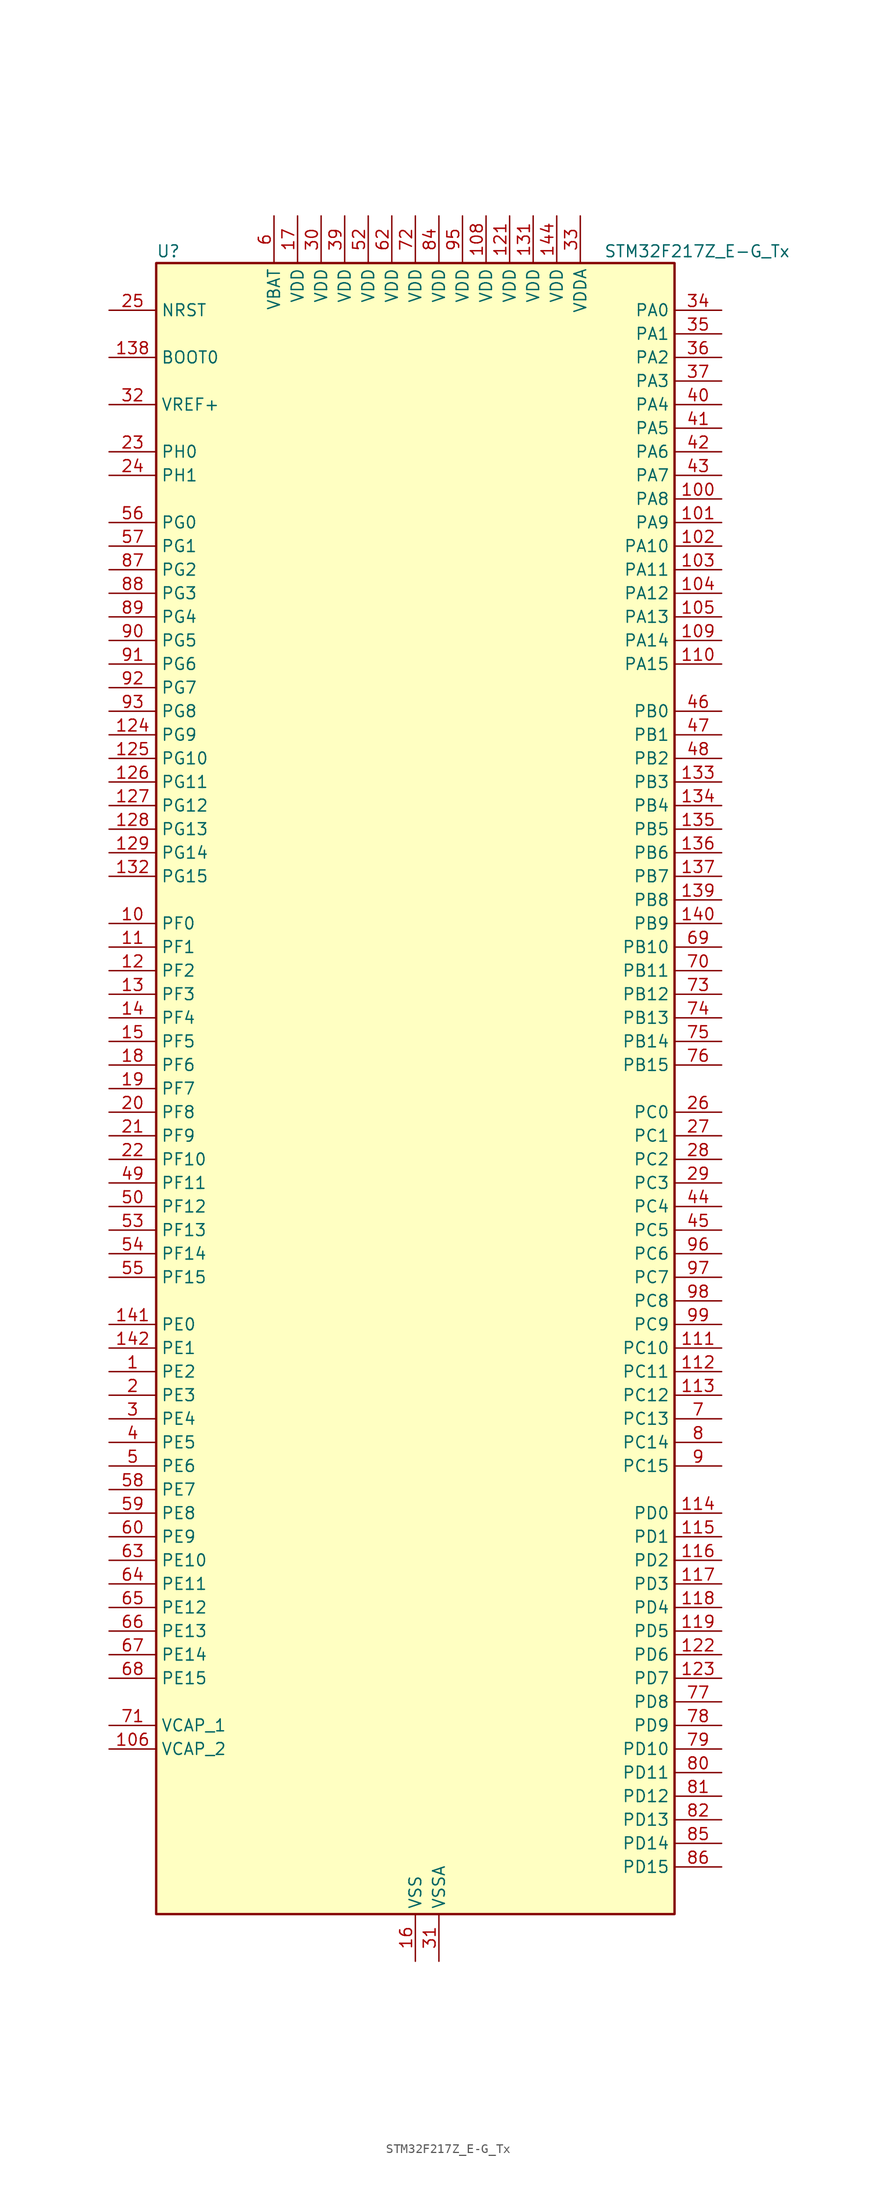
<source format=kicad_sym>
(kicad_symbol_lib
  (version 20241209)
  (generator "kicad_symbol_editor")
  (generator_version "9.0")
  (symbol "STM32F217Z_E-G_Tx"
    (property "Reference" "U"
      (at -27.94 90.17 0)
      (effects (font (size 1.27 1.27)) (justify left)))
    (property "Value" "STM32F217Z_E-G_Tx"
      (at 20.32 90.17 0)
      (effects (font (size 1.27 1.27)) (justify left)))
    (symbol "STM32F217Z_E-G_Tx_0_1"
      (rectangle (start -27.94 -88.9) (end 27.94 88.9) (stroke (width 0.254) (type default)) (fill (type background))))
    (symbol "STM32F217Z_E-G_Tx_1_1"
      (pin input line (at -33.02 83.82 0) (length 5.08) (name "NRST" (effects (font (size 1.27 1.27)))) (number "25" (effects (font (size 1.27 1.27)))))
      (pin input line (at -33.02 78.74 0) (length 5.08) (name "BOOT0" (effects (font (size 1.27 1.27)))) (number "138" (effects (font (size 1.27 1.27)))))
      (pin input line (at -33.02 73.66 0) (length 5.08) (name "VREF+" (effects (font (size 1.27 1.27)))) (number "32" (effects (font (size 1.27 1.27)))))
      (pin bidirectional line (at -33.02 68.58 0) (length 5.08) (name "PH0" (effects (font (size 1.27 1.27)))) (number "23" (effects (font (size 1.27 1.27)))) (alternate "RCC_OSC_IN" bidirectional line))
      (pin bidirectional line (at -33.02 66.04 0) (length 5.08) (name "PH1" (effects (font (size 1.27 1.27)))) (number "24" (effects (font (size 1.27 1.27)))) (alternate "RCC_OSC_OUT" bidirectional line))
      (pin bidirectional line (at -33.02 60.96 0) (length 5.08) (name "PG0" (effects (font (size 1.27 1.27)))) (number "56" (effects (font (size 1.27 1.27)))) (alternate "FSMC_A10" bidirectional line))
      (pin bidirectional line (at -33.02 58.42 0) (length 5.08) (name "PG1" (effects (font (size 1.27 1.27)))) (number "57" (effects (font (size 1.27 1.27)))) (alternate "FSMC_A11" bidirectional line))
      (pin bidirectional line (at -33.02 55.88 0) (length 5.08) (name "PG2" (effects (font (size 1.27 1.27)))) (number "87" (effects (font (size 1.27 1.27)))) (alternate "FSMC_A12" bidirectional line))
      (pin bidirectional line (at -33.02 53.34 0) (length 5.08) (name "PG3" (effects (font (size 1.27 1.27)))) (number "88" (effects (font (size 1.27 1.27)))) (alternate "FSMC_A13" bidirectional line))
      (pin bidirectional line (at -33.02 50.8 0) (length 5.08) (name "PG4" (effects (font (size 1.27 1.27)))) (number "89" (effects (font (size 1.27 1.27)))) (alternate "FSMC_A14" bidirectional line))
      (pin bidirectional line (at -33.02 48.26 0) (length 5.08) (name "PG5" (effects (font (size 1.27 1.27)))) (number "90" (effects (font (size 1.27 1.27)))) (alternate "FSMC_A15" bidirectional line))
      (pin bidirectional line (at -33.02 45.72 0) (length 5.08) (name "PG6" (effects (font (size 1.27 1.27)))) (number "91" (effects (font (size 1.27 1.27)))) (alternate "FSMC_INT2" bidirectional line))
      (pin bidirectional line (at -33.02 43.18 0) (length 5.08) (name "PG7" (effects (font (size 1.27 1.27)))) (number "92" (effects (font (size 1.27 1.27)))) (alternate "FSMC_INT3" bidirectional line) (alternate "USART6_CK" bidirectional line))
      (pin bidirectional line (at -33.02 40.64 0) (length 5.08) (name "PG8" (effects (font (size 1.27 1.27)))) (number "93" (effects (font (size 1.27 1.27)))) (alternate "ETH_PPS_OUT" bidirectional line) (alternate "USART6_RTS" bidirectional line))
      (pin bidirectional line (at -33.02 38.1 0) (length 5.08) (name "PG9" (effects (font (size 1.27 1.27)))) (number "124" (effects (font (size 1.27 1.27)))) (alternate "DAC_EXTI9" bidirectional line) (alternate "FSMC_NCE3" bidirectional line) (alternate "FSMC_NE2" bidirectional line) (alternate "USART6_RX" bidirectional line))
      (pin bidirectional line (at -33.02 35.56 0) (length 5.08) (name "PG10" (effects (font (size 1.27 1.27)))) (number "125" (effects (font (size 1.27 1.27)))) (alternate "FSMC_NCE4_1" bidirectional line) (alternate "FSMC_NE3" bidirectional line))
      (pin bidirectional line (at -33.02 33.02 0) (length 5.08) (name "PG11" (effects (font (size 1.27 1.27)))) (number "126" (effects (font (size 1.27 1.27)))) (alternate "ADC1_EXTI11" bidirectional line) (alternate "ADC2_EXTI11" bidirectional line) (alternate "ADC3_EXTI11" bidirectional line) (alternate "ETH_TX_EN" bidirectional line) (alternate "FSMC_NCE4_2" bidirectional line))
      (pin bidirectional line (at -33.02 30.48 0) (length 5.08) (name "PG12" (effects (font (size 1.27 1.27)))) (number "127" (effects (font (size 1.27 1.27)))) (alternate "FSMC_NE4" bidirectional line) (alternate "USART6_RTS" bidirectional line))
      (pin bidirectional line (at -33.02 27.94 0) (length 5.08) (name "PG13" (effects (font (size 1.27 1.27)))) (number "128" (effects (font (size 1.27 1.27)))) (alternate "ETH_TXD0" bidirectional line) (alternate "FSMC_A24" bidirectional line) (alternate "USART6_CTS" bidirectional line))
      (pin bidirectional line (at -33.02 25.4 0) (length 5.08) (name "PG14" (effects (font (size 1.27 1.27)))) (number "129" (effects (font (size 1.27 1.27)))) (alternate "ETH_TXD1" bidirectional line) (alternate "FSMC_A25" bidirectional line) (alternate "USART6_TX" bidirectional line))
      (pin bidirectional line (at -33.02 22.86 0) (length 5.08) (name "PG15" (effects (font (size 1.27 1.27)))) (number "132" (effects (font (size 1.27 1.27)))) (alternate "ADC1_EXTI15" bidirectional line) (alternate "ADC2_EXTI15" bidirectional line) (alternate "ADC3_EXTI15" bidirectional line) (alternate "DCMI_D13" bidirectional line) (alternate "USART6_CTS" bidirectional line))
      (pin bidirectional line (at -33.02 17.78 0) (length 5.08) (name "PF0" (effects (font (size 1.27 1.27)))) (number "10" (effects (font (size 1.27 1.27)))) (alternate "FSMC_A0" bidirectional line) (alternate "I2C2_SDA" bidirectional line))
      (pin bidirectional line (at -33.02 15.24 0) (length 5.08) (name "PF1" (effects (font (size 1.27 1.27)))) (number "11" (effects (font (size 1.27 1.27)))) (alternate "FSMC_A1" bidirectional line) (alternate "I2C2_SCL" bidirectional line))
      (pin bidirectional line (at -33.02 12.7 0) (length 5.08) (name "PF2" (effects (font (size 1.27 1.27)))) (number "12" (effects (font (size 1.27 1.27)))) (alternate "FSMC_A2" bidirectional line) (alternate "I2C2_SMBA" bidirectional line))
      (pin bidirectional line (at -33.02 10.16 0) (length 5.08) (name "PF3" (effects (font (size 1.27 1.27)))) (number "13" (effects (font (size 1.27 1.27)))) (alternate "ADC3_IN9" bidirectional line) (alternate "FSMC_A3" bidirectional line))
      (pin bidirectional line (at -33.02 7.62 0) (length 5.08) (name "PF4" (effects (font (size 1.27 1.27)))) (number "14" (effects (font (size 1.27 1.27)))) (alternate "ADC3_IN14" bidirectional line) (alternate "FSMC_A4" bidirectional line))
      (pin bidirectional line (at -33.02 5.08 0) (length 5.08) (name "PF5" (effects (font (size 1.27 1.27)))) (number "15" (effects (font (size 1.27 1.27)))) (alternate "ADC3_IN15" bidirectional line) (alternate "FSMC_A5" bidirectional line))
      (pin bidirectional line (at -33.02 2.54 0) (length 5.08) (name "PF6" (effects (font (size 1.27 1.27)))) (number "18" (effects (font (size 1.27 1.27)))) (alternate "ADC3_IN4" bidirectional line) (alternate "FSMC_NIORD" bidirectional line) (alternate "TIM10_CH1" bidirectional line))
      (pin bidirectional line (at -33.02 0 0) (length 5.08) (name "PF7" (effects (font (size 1.27 1.27)))) (number "19" (effects (font (size 1.27 1.27)))) (alternate "ADC3_IN5" bidirectional line) (alternate "FSMC_NREG" bidirectional line) (alternate "TIM11_CH1" bidirectional line))
      (pin bidirectional line (at -33.02 -2.54 0) (length 5.08) (name "PF8" (effects (font (size 1.27 1.27)))) (number "20" (effects (font (size 1.27 1.27)))) (alternate "ADC3_IN6" bidirectional line) (alternate "FSMC_NIOWR" bidirectional line) (alternate "TIM13_CH1" bidirectional line))
      (pin bidirectional line (at -33.02 -5.08 0) (length 5.08) (name "PF9" (effects (font (size 1.27 1.27)))) (number "21" (effects (font (size 1.27 1.27)))) (alternate "ADC3_IN7" bidirectional line) (alternate "DAC_EXTI9" bidirectional line) (alternate "FSMC_CD" bidirectional line) (alternate "TIM14_CH1" bidirectional line))
      (pin bidirectional line (at -33.02 -7.62 0) (length 5.08) (name "PF10" (effects (font (size 1.27 1.27)))) (number "22" (effects (font (size 1.27 1.27)))) (alternate "ADC3_IN8" bidirectional line) (alternate "FSMC_INTR" bidirectional line))
      (pin bidirectional line (at -33.02 -10.16 0) (length 5.08) (name "PF11" (effects (font (size 1.27 1.27)))) (number "49" (effects (font (size 1.27 1.27)))) (alternate "ADC1_EXTI11" bidirectional line) (alternate "ADC2_EXTI11" bidirectional line) (alternate "ADC3_EXTI11" bidirectional line) (alternate "DCMI_D12" bidirectional line))
      (pin bidirectional line (at -33.02 -12.7 0) (length 5.08) (name "PF12" (effects (font (size 1.27 1.27)))) (number "50" (effects (font (size 1.27 1.27)))) (alternate "FSMC_A6" bidirectional line))
      (pin bidirectional line (at -33.02 -15.24 0) (length 5.08) (name "PF13" (effects (font (size 1.27 1.27)))) (number "53" (effects (font (size 1.27 1.27)))) (alternate "FSMC_A7" bidirectional line))
      (pin bidirectional line (at -33.02 -17.78 0) (length 5.08) (name "PF14" (effects (font (size 1.27 1.27)))) (number "54" (effects (font (size 1.27 1.27)))) (alternate "FSMC_A8" bidirectional line))
      (pin bidirectional line (at -33.02 -20.32 0) (length 5.08) (name "PF15" (effects (font (size 1.27 1.27)))) (number "55" (effects (font (size 1.27 1.27)))) (alternate "ADC1_EXTI15" bidirectional line) (alternate "ADC2_EXTI15" bidirectional line) (alternate "ADC3_EXTI15" bidirectional line) (alternate "FSMC_A9" bidirectional line))
      (pin bidirectional line (at -33.02 -25.4 0) (length 5.08) (name "PE0" (effects (font (size 1.27 1.27)))) (number "141" (effects (font (size 1.27 1.27)))) (alternate "DCMI_D2" bidirectional line) (alternate "FSMC_NBL0" bidirectional line) (alternate "TIM4_ETR" bidirectional line))
      (pin bidirectional line (at -33.02 -27.94 0) (length 5.08) (name "PE1" (effects (font (size 1.27 1.27)))) (number "142" (effects (font (size 1.27 1.27)))) (alternate "DCMI_D3" bidirectional line) (alternate "FSMC_NBL1" bidirectional line))
      (pin bidirectional line (at -33.02 -30.48 0) (length 5.08) (name "PE2" (effects (font (size 1.27 1.27)))) (number "1" (effects (font (size 1.27 1.27)))) (alternate "ETH_TXD3" bidirectional line) (alternate "FSMC_A23" bidirectional line) (alternate "SYS_TRACECLK" bidirectional line))
      (pin bidirectional line (at -33.02 -33.02 0) (length 5.08) (name "PE3" (effects (font (size 1.27 1.27)))) (number "2" (effects (font (size 1.27 1.27)))) (alternate "FSMC_A19" bidirectional line) (alternate "SYS_TRACED0" bidirectional line))
      (pin bidirectional line (at -33.02 -35.56 0) (length 5.08) (name "PE4" (effects (font (size 1.27 1.27)))) (number "3" (effects (font (size 1.27 1.27)))) (alternate "DCMI_D4" bidirectional line) (alternate "FSMC_A20" bidirectional line) (alternate "SYS_TRACED1" bidirectional line))
      (pin bidirectional line (at -33.02 -38.1 0) (length 5.08) (name "PE5" (effects (font (size 1.27 1.27)))) (number "4" (effects (font (size 1.27 1.27)))) (alternate "DCMI_D6" bidirectional line) (alternate "FSMC_A21" bidirectional line) (alternate "SYS_TRACED2" bidirectional line) (alternate "TIM9_CH1" bidirectional line))
      (pin bidirectional line (at -33.02 -40.64 0) (length 5.08) (name "PE6" (effects (font (size 1.27 1.27)))) (number "5" (effects (font (size 1.27 1.27)))) (alternate "DCMI_D7" bidirectional line) (alternate "FSMC_A22" bidirectional line) (alternate "SYS_TRACED3" bidirectional line) (alternate "TIM9_CH2" bidirectional line))
      (pin bidirectional line (at -33.02 -43.18 0) (length 5.08) (name "PE7" (effects (font (size 1.27 1.27)))) (number "58" (effects (font (size 1.27 1.27)))) (alternate "FSMC_D4" bidirectional line) (alternate "FSMC_DA4" bidirectional line) (alternate "TIM1_ETR" bidirectional line))
      (pin bidirectional line (at -33.02 -45.72 0) (length 5.08) (name "PE8" (effects (font (size 1.27 1.27)))) (number "59" (effects (font (size 1.27 1.27)))) (alternate "FSMC_D5" bidirectional line) (alternate "FSMC_DA5" bidirectional line) (alternate "TIM1_CH1N" bidirectional line))
      (pin bidirectional line (at -33.02 -48.26 0) (length 5.08) (name "PE9" (effects (font (size 1.27 1.27)))) (number "60" (effects (font (size 1.27 1.27)))) (alternate "DAC_EXTI9" bidirectional line) (alternate "FSMC_D6" bidirectional line) (alternate "FSMC_DA6" bidirectional line) (alternate "TIM1_CH1" bidirectional line))
      (pin bidirectional line (at -33.02 -50.8 0) (length 5.08) (name "PE10" (effects (font (size 1.27 1.27)))) (number "63" (effects (font (size 1.27 1.27)))) (alternate "FSMC_D7" bidirectional line) (alternate "FSMC_DA7" bidirectional line) (alternate "TIM1_CH2N" bidirectional line))
      (pin bidirectional line (at -33.02 -53.34 0) (length 5.08) (name "PE11" (effects (font (size 1.27 1.27)))) (number "64" (effects (font (size 1.27 1.27)))) (alternate "ADC1_EXTI11" bidirectional line) (alternate "ADC2_EXTI11" bidirectional line) (alternate "ADC3_EXTI11" bidirectional line) (alternate "FSMC_D8" bidirectional line) (alternate "FSMC_DA8" bidirectional line) (alternate "TIM1_CH2" bidirectional line))
      (pin bidirectional line (at -33.02 -55.88 0) (length 5.08) (name "PE12" (effects (font (size 1.27 1.27)))) (number "65" (effects (font (size 1.27 1.27)))) (alternate "FSMC_D9" bidirectional line) (alternate "FSMC_DA9" bidirectional line) (alternate "TIM1_CH3N" bidirectional line))
      (pin bidirectional line (at -33.02 -58.42 0) (length 5.08) (name "PE13" (effects (font (size 1.27 1.27)))) (number "66" (effects (font (size 1.27 1.27)))) (alternate "FSMC_D10" bidirectional line) (alternate "FSMC_DA10" bidirectional line) (alternate "TIM1_CH3" bidirectional line))
      (pin bidirectional line (at -33.02 -60.96 0) (length 5.08) (name "PE14" (effects (font (size 1.27 1.27)))) (number "67" (effects (font (size 1.27 1.27)))) (alternate "FSMC_D11" bidirectional line) (alternate "FSMC_DA11" bidirectional line) (alternate "TIM1_CH4" bidirectional line))
      (pin bidirectional line (at -33.02 -63.5 0) (length 5.08) (name "PE15" (effects (font (size 1.27 1.27)))) (number "68" (effects (font (size 1.27 1.27)))) (alternate "ADC1_EXTI15" bidirectional line) (alternate "ADC2_EXTI15" bidirectional line) (alternate "ADC3_EXTI15" bidirectional line) (alternate "FSMC_D12" bidirectional line) (alternate "FSMC_DA12" bidirectional line) (alternate "TIM1_BKIN" bidirectional line))
      (pin power_out line (at -33.02 -68.58 0) (length 5.08) (name "VCAP_1" (effects (font (size 1.27 1.27)))) (number "71" (effects (font (size 1.27 1.27)))))
      (pin power_out line (at -33.02 -71.12 0) (length 5.08) (name "VCAP_2" (effects (font (size 1.27 1.27)))) (number "106" (effects (font (size 1.27 1.27)))))
      (pin no_connect line (at -27.94 -88.9 0) (length 5.08) (hide yes) (name "RFU" (effects (font (size 1.27 1.27)))) (number "143" (effects (font (size 1.27 1.27)))))
      (pin power_in line (at -15.24 93.98 270) (length 5.08) (name "VBAT" (effects (font (size 1.27 1.27)))) (number "6" (effects (font (size 1.27 1.27)))))
      (pin power_in line (at -12.7 93.98 270) (length 5.08) (name "VDD" (effects (font (size 1.27 1.27)))) (number "17" (effects (font (size 1.27 1.27)))))
      (pin power_in line (at -10.16 93.98 270) (length 5.08) (name "VDD" (effects (font (size 1.27 1.27)))) (number "30" (effects (font (size 1.27 1.27)))))
      (pin power_in line (at -7.62 93.98 270) (length 5.08) (name "VDD" (effects (font (size 1.27 1.27)))) (number "39" (effects (font (size 1.27 1.27)))))
      (pin power_in line (at -5.08 93.98 270) (length 5.08) (name "VDD" (effects (font (size 1.27 1.27)))) (number "52" (effects (font (size 1.27 1.27)))))
      (pin power_in line (at -2.54 93.98 270) (length 5.08) (name "VDD" (effects (font (size 1.27 1.27)))) (number "62" (effects (font (size 1.27 1.27)))))
      (pin power_in line (at 0 93.98 270) (length 5.08) (name "VDD" (effects (font (size 1.27 1.27)))) (number "72" (effects (font (size 1.27 1.27)))))
      (pin passive line (at 0 -93.98 90) (length 5.08) (hide yes) (name "VSS" (effects (font (size 1.27 1.27)))) (number "107" (effects (font (size 1.27 1.27)))))
      (pin passive line (at 0 -93.98 90) (length 5.08) (hide yes) (name "VSS" (effects (font (size 1.27 1.27)))) (number "120" (effects (font (size 1.27 1.27)))))
      (pin passive line (at 0 -93.98 90) (length 5.08) (hide yes) (name "VSS" (effects (font (size 1.27 1.27)))) (number "130" (effects (font (size 1.27 1.27)))))
      (pin power_in line (at 0 -93.98 90) (length 5.08) (name "VSS" (effects (font (size 1.27 1.27)))) (number "16" (effects (font (size 1.27 1.27)))))
      (pin passive line (at 0 -93.98 90) (length 5.08) (hide yes) (name "VSS" (effects (font (size 1.27 1.27)))) (number "38" (effects (font (size 1.27 1.27)))))
      (pin passive line (at 0 -93.98 90) (length 5.08) (hide yes) (name "VSS" (effects (font (size 1.27 1.27)))) (number "51" (effects (font (size 1.27 1.27)))))
      (pin passive line (at 0 -93.98 90) (length 5.08) (hide yes) (name "VSS" (effects (font (size 1.27 1.27)))) (number "61" (effects (font (size 1.27 1.27)))))
      (pin passive line (at 0 -93.98 90) (length 5.08) (hide yes) (name "VSS" (effects (font (size 1.27 1.27)))) (number "83" (effects (font (size 1.27 1.27)))))
      (pin passive line (at 0 -93.98 90) (length 5.08) (hide yes) (name "VSS" (effects (font (size 1.27 1.27)))) (number "94" (effects (font (size 1.27 1.27)))))
      (pin power_in line (at 2.54 93.98 270) (length 5.08) (name "VDD" (effects (font (size 1.27 1.27)))) (number "84" (effects (font (size 1.27 1.27)))))
      (pin power_in line (at 2.54 -93.98 90) (length 5.08) (name "VSSA" (effects (font (size 1.27 1.27)))) (number "31" (effects (font (size 1.27 1.27)))))
      (pin power_in line (at 5.08 93.98 270) (length 5.08) (name "VDD" (effects (font (size 1.27 1.27)))) (number "95" (effects (font (size 1.27 1.27)))))
      (pin power_in line (at 7.62 93.98 270) (length 5.08) (name "VDD" (effects (font (size 1.27 1.27)))) (number "108" (effects (font (size 1.27 1.27)))))
      (pin power_in line (at 10.16 93.98 270) (length 5.08) (name "VDD" (effects (font (size 1.27 1.27)))) (number "121" (effects (font (size 1.27 1.27)))))
      (pin power_in line (at 12.7 93.98 270) (length 5.08) (name "VDD" (effects (font (size 1.27 1.27)))) (number "131" (effects (font (size 1.27 1.27)))))
      (pin power_in line (at 15.24 93.98 270) (length 5.08) (name "VDD" (effects (font (size 1.27 1.27)))) (number "144" (effects (font (size 1.27 1.27)))))
      (pin power_in line (at 17.78 93.98 270) (length 5.08) (name "VDDA" (effects (font (size 1.27 1.27)))) (number "33" (effects (font (size 1.27 1.27)))))
      (pin bidirectional line (at 33.02 83.82 180) (length 5.08) (name "PA0" (effects (font (size 1.27 1.27)))) (number "34" (effects (font (size 1.27 1.27)))) (alternate "ADC1_IN0" bidirectional line) (alternate "ADC2_IN0" bidirectional line) (alternate "ADC3_IN0" bidirectional line) (alternate "ETH_CRS" bidirectional line) (alternate "SYS_WKUP" bidirectional line) (alternate "TIM2_CH1" bidirectional line) (alternate "TIM2_ETR" bidirectional line) (alternate "TIM5_CH1" bidirectional line) (alternate "TIM8_ETR" bidirectional line) (alternate "UART4_TX" bidirectional line) (alternate "USART2_CTS" bidirectional line))
      (pin bidirectional line (at 33.02 81.28 180) (length 5.08) (name "PA1" (effects (font (size 1.27 1.27)))) (number "35" (effects (font (size 1.27 1.27)))) (alternate "ADC1_IN1" bidirectional line) (alternate "ADC2_IN1" bidirectional line) (alternate "ADC3_IN1" bidirectional line) (alternate "ETH_REF_CLK" bidirectional line) (alternate "ETH_RX_CLK" bidirectional line) (alternate "TIM2_CH2" bidirectional line) (alternate "TIM5_CH2" bidirectional line) (alternate "UART4_RX" bidirectional line) (alternate "USART2_RTS" bidirectional line))
      (pin bidirectional line (at 33.02 78.74 180) (length 5.08) (name "PA2" (effects (font (size 1.27 1.27)))) (number "36" (effects (font (size 1.27 1.27)))) (alternate "ADC1_IN2" bidirectional line) (alternate "ADC2_IN2" bidirectional line) (alternate "ADC3_IN2" bidirectional line) (alternate "ETH_MDIO" bidirectional line) (alternate "TIM2_CH3" bidirectional line) (alternate "TIM5_CH3" bidirectional line) (alternate "TIM9_CH1" bidirectional line) (alternate "USART2_TX" bidirectional line))
      (pin bidirectional line (at 33.02 76.2 180) (length 5.08) (name "PA3" (effects (font (size 1.27 1.27)))) (number "37" (effects (font (size 1.27 1.27)))) (alternate "ADC1_IN3" bidirectional line) (alternate "ADC2_IN3" bidirectional line) (alternate "ADC3_IN3" bidirectional line) (alternate "ETH_COL" bidirectional line) (alternate "TIM2_CH4" bidirectional line) (alternate "TIM5_CH4" bidirectional line) (alternate "TIM9_CH2" bidirectional line) (alternate "USART2_RX" bidirectional line) (alternate "USB_OTG_HS_ULPI_D0" bidirectional line))
      (pin bidirectional line (at 33.02 73.66 180) (length 5.08) (name "PA4" (effects (font (size 1.27 1.27)))) (number "40" (effects (font (size 1.27 1.27)))) (alternate "ADC1_IN4" bidirectional line) (alternate "ADC2_IN4" bidirectional line) (alternate "DAC_OUT1" bidirectional line) (alternate "DCMI_HSYNC" bidirectional line) (alternate "I2S3_WS" bidirectional line) (alternate "SPI1_NSS" bidirectional line) (alternate "SPI3_NSS" bidirectional line) (alternate "USART2_CK" bidirectional line) (alternate "USB_OTG_HS_SOF" bidirectional line))
      (pin bidirectional line (at 33.02 71.12 180) (length 5.08) (name "PA5" (effects (font (size 1.27 1.27)))) (number "41" (effects (font (size 1.27 1.27)))) (alternate "ADC1_IN5" bidirectional line) (alternate "ADC2_IN5" bidirectional line) (alternate "DAC_OUT2" bidirectional line) (alternate "SPI1_SCK" bidirectional line) (alternate "TIM2_CH1" bidirectional line) (alternate "TIM2_ETR" bidirectional line) (alternate "TIM8_CH1N" bidirectional line) (alternate "USB_OTG_HS_ULPI_CK" bidirectional line))
      (pin bidirectional line (at 33.02 68.58 180) (length 5.08) (name "PA6" (effects (font (size 1.27 1.27)))) (number "42" (effects (font (size 1.27 1.27)))) (alternate "ADC1_IN6" bidirectional line) (alternate "ADC2_IN6" bidirectional line) (alternate "DCMI_PIXCLK" bidirectional line) (alternate "SPI1_MISO" bidirectional line) (alternate "TIM13_CH1" bidirectional line) (alternate "TIM1_BKIN" bidirectional line) (alternate "TIM3_CH1" bidirectional line) (alternate "TIM8_BKIN" bidirectional line))
      (pin bidirectional line (at 33.02 66.04 180) (length 5.08) (name "PA7" (effects (font (size 1.27 1.27)))) (number "43" (effects (font (size 1.27 1.27)))) (alternate "ADC1_IN7" bidirectional line) (alternate "ADC2_IN7" bidirectional line) (alternate "ETH_CRS_DV" bidirectional line) (alternate "ETH_RX_DV" bidirectional line) (alternate "SPI1_MOSI" bidirectional line) (alternate "TIM14_CH1" bidirectional line) (alternate "TIM1_CH1N" bidirectional line) (alternate "TIM3_CH2" bidirectional line) (alternate "TIM8_CH1N" bidirectional line))
      (pin bidirectional line (at 33.02 63.5 180) (length 5.08) (name "PA8" (effects (font (size 1.27 1.27)))) (number "100" (effects (font (size 1.27 1.27)))) (alternate "I2C3_SCL" bidirectional line) (alternate "RCC_MCO_1" bidirectional line) (alternate "TIM1_CH1" bidirectional line) (alternate "USART1_CK" bidirectional line) (alternate "USB_OTG_FS_SOF" bidirectional line))
      (pin bidirectional line (at 33.02 60.96 180) (length 5.08) (name "PA9" (effects (font (size 1.27 1.27)))) (number "101" (effects (font (size 1.27 1.27)))) (alternate "DAC_EXTI9" bidirectional line) (alternate "DCMI_D0" bidirectional line) (alternate "I2C3_SMBA" bidirectional line) (alternate "TIM1_CH2" bidirectional line) (alternate "USART1_TX" bidirectional line) (alternate "USB_OTG_FS_VBUS" bidirectional line))
      (pin bidirectional line (at 33.02 58.42 180) (length 5.08) (name "PA10" (effects (font (size 1.27 1.27)))) (number "102" (effects (font (size 1.27 1.27)))) (alternate "DCMI_D1" bidirectional line) (alternate "TIM1_CH3" bidirectional line) (alternate "USART1_RX" bidirectional line) (alternate "USB_OTG_FS_ID" bidirectional line))
      (pin bidirectional line (at 33.02 55.88 180) (length 5.08) (name "PA11" (effects (font (size 1.27 1.27)))) (number "103" (effects (font (size 1.27 1.27)))) (alternate "ADC1_EXTI11" bidirectional line) (alternate "ADC2_EXTI11" bidirectional line) (alternate "ADC3_EXTI11" bidirectional line) (alternate "CAN1_RX" bidirectional line) (alternate "TIM1_CH4" bidirectional line) (alternate "USART1_CTS" bidirectional line) (alternate "USB_OTG_FS_DM" bidirectional line))
      (pin bidirectional line (at 33.02 53.34 180) (length 5.08) (name "PA12" (effects (font (size 1.27 1.27)))) (number "104" (effects (font (size 1.27 1.27)))) (alternate "CAN1_TX" bidirectional line) (alternate "TIM1_ETR" bidirectional line) (alternate "USART1_RTS" bidirectional line) (alternate "USB_OTG_FS_DP" bidirectional line))
      (pin bidirectional line (at 33.02 50.8 180) (length 5.08) (name "PA13" (effects (font (size 1.27 1.27)))) (number "105" (effects (font (size 1.27 1.27)))) (alternate "SYS_JTMS-SWDIO" bidirectional line))
      (pin bidirectional line (at 33.02 48.26 180) (length 5.08) (name "PA14" (effects (font (size 1.27 1.27)))) (number "109" (effects (font (size 1.27 1.27)))) (alternate "SYS_JTCK-SWCLK" bidirectional line))
      (pin bidirectional line (at 33.02 45.72 180) (length 5.08) (name "PA15" (effects (font (size 1.27 1.27)))) (number "110" (effects (font (size 1.27 1.27)))) (alternate "ADC1_EXTI15" bidirectional line) (alternate "ADC2_EXTI15" bidirectional line) (alternate "ADC3_EXTI15" bidirectional line) (alternate "I2S3_WS" bidirectional line) (alternate "SPI1_NSS" bidirectional line) (alternate "SPI3_NSS" bidirectional line) (alternate "SYS_JTDI" bidirectional line) (alternate "TIM2_CH1" bidirectional line) (alternate "TIM2_ETR" bidirectional line))
      (pin bidirectional line (at 33.02 40.64 180) (length 5.08) (name "PB0" (effects (font (size 1.27 1.27)))) (number "46" (effects (font (size 1.27 1.27)))) (alternate "ADC1_IN8" bidirectional line) (alternate "ADC2_IN8" bidirectional line) (alternate "ETH_RXD2" bidirectional line) (alternate "TIM1_CH2N" bidirectional line) (alternate "TIM3_CH3" bidirectional line) (alternate "TIM8_CH2N" bidirectional line) (alternate "USB_OTG_HS_ULPI_D1" bidirectional line))
      (pin bidirectional line (at 33.02 38.1 180) (length 5.08) (name "PB1" (effects (font (size 1.27 1.27)))) (number "47" (effects (font (size 1.27 1.27)))) (alternate "ADC1_IN9" bidirectional line) (alternate "ADC2_IN9" bidirectional line) (alternate "ETH_RXD3" bidirectional line) (alternate "TIM1_CH3N" bidirectional line) (alternate "TIM3_CH4" bidirectional line) (alternate "TIM8_CH3N" bidirectional line) (alternate "USB_OTG_HS_ULPI_D2" bidirectional line))
      (pin bidirectional line (at 33.02 35.56 180) (length 5.08) (name "PB2" (effects (font (size 1.27 1.27)))) (number "48" (effects (font (size 1.27 1.27)))))
      (pin bidirectional line (at 33.02 33.02 180) (length 5.08) (name "PB3" (effects (font (size 1.27 1.27)))) (number "133" (effects (font (size 1.27 1.27)))) (alternate "I2S3_SCK" bidirectional line) (alternate "SPI1_SCK" bidirectional line) (alternate "SPI3_SCK" bidirectional line) (alternate "SYS_JTDO-SWO" bidirectional line) (alternate "TIM2_CH2" bidirectional line))
      (pin bidirectional line (at 33.02 30.48 180) (length 5.08) (name "PB4" (effects (font (size 1.27 1.27)))) (number "134" (effects (font (size 1.27 1.27)))) (alternate "SPI1_MISO" bidirectional line) (alternate "SPI3_MISO" bidirectional line) (alternate "SYS_JTRST" bidirectional line) (alternate "TIM3_CH1" bidirectional line))
      (pin bidirectional line (at 33.02 27.94 180) (length 5.08) (name "PB5" (effects (font (size 1.27 1.27)))) (number "135" (effects (font (size 1.27 1.27)))) (alternate "CAN2_RX" bidirectional line) (alternate "DCMI_D10" bidirectional line) (alternate "ETH_PPS_OUT" bidirectional line) (alternate "I2C1_SMBA" bidirectional line) (alternate "I2S3_SD" bidirectional line) (alternate "SPI1_MOSI" bidirectional line) (alternate "SPI3_MOSI" bidirectional line) (alternate "TIM3_CH2" bidirectional line) (alternate "USB_OTG_HS_ULPI_D7" bidirectional line))
      (pin bidirectional line (at 33.02 25.4 180) (length 5.08) (name "PB6" (effects (font (size 1.27 1.27)))) (number "136" (effects (font (size 1.27 1.27)))) (alternate "CAN2_TX" bidirectional line) (alternate "DCMI_D5" bidirectional line) (alternate "I2C1_SCL" bidirectional line) (alternate "TIM4_CH1" bidirectional line) (alternate "USART1_TX" bidirectional line))
      (pin bidirectional line (at 33.02 22.86 180) (length 5.08) (name "PB7" (effects (font (size 1.27 1.27)))) (number "137" (effects (font (size 1.27 1.27)))) (alternate "DCMI_VSYNC" bidirectional line) (alternate "FSMC_NL" bidirectional line) (alternate "I2C1_SDA" bidirectional line) (alternate "TIM4_CH2" bidirectional line) (alternate "USART1_RX" bidirectional line))
      (pin bidirectional line (at 33.02 20.32 180) (length 5.08) (name "PB8" (effects (font (size 1.27 1.27)))) (number "139" (effects (font (size 1.27 1.27)))) (alternate "CAN1_RX" bidirectional line) (alternate "DCMI_D6" bidirectional line) (alternate "ETH_TXD3" bidirectional line) (alternate "I2C1_SCL" bidirectional line) (alternate "SDIO_D4" bidirectional line) (alternate "TIM10_CH1" bidirectional line) (alternate "TIM4_CH3" bidirectional line))
      (pin bidirectional line (at 33.02 17.78 180) (length 5.08) (name "PB9" (effects (font (size 1.27 1.27)))) (number "140" (effects (font (size 1.27 1.27)))) (alternate "CAN1_TX" bidirectional line) (alternate "DAC_EXTI9" bidirectional line) (alternate "DCMI_D7" bidirectional line) (alternate "I2C1_SDA" bidirectional line) (alternate "I2S2_WS" bidirectional line) (alternate "SDIO_D5" bidirectional line) (alternate "SPI2_NSS" bidirectional line) (alternate "TIM11_CH1" bidirectional line) (alternate "TIM4_CH4" bidirectional line))
      (pin bidirectional line (at 33.02 15.24 180) (length 5.08) (name "PB10" (effects (font (size 1.27 1.27)))) (number "69" (effects (font (size 1.27 1.27)))) (alternate "ETH_RX_ER" bidirectional line) (alternate "I2C2_SCL" bidirectional line) (alternate "I2S2_SCK" bidirectional line) (alternate "SPI2_SCK" bidirectional line) (alternate "TIM2_CH3" bidirectional line) (alternate "USART3_TX" bidirectional line) (alternate "USB_OTG_HS_ULPI_D3" bidirectional line))
      (pin bidirectional line (at 33.02 12.7 180) (length 5.08) (name "PB11" (effects (font (size 1.27 1.27)))) (number "70" (effects (font (size 1.27 1.27)))) (alternate "ADC1_EXTI11" bidirectional line) (alternate "ADC2_EXTI11" bidirectional line) (alternate "ADC3_EXTI11" bidirectional line) (alternate "ETH_TX_EN" bidirectional line) (alternate "I2C2_SDA" bidirectional line) (alternate "TIM2_CH4" bidirectional line) (alternate "USART3_RX" bidirectional line) (alternate "USB_OTG_HS_ULPI_D4" bidirectional line))
      (pin bidirectional line (at 33.02 10.16 180) (length 5.08) (name "PB12" (effects (font (size 1.27 1.27)))) (number "73" (effects (font (size 1.27 1.27)))) (alternate "CAN2_RX" bidirectional line) (alternate "ETH_TXD0" bidirectional line) (alternate "I2C2_SMBA" bidirectional line) (alternate "I2S2_WS" bidirectional line) (alternate "SPI2_NSS" bidirectional line) (alternate "TIM1_BKIN" bidirectional line) (alternate "USART3_CK" bidirectional line) (alternate "USB_OTG_HS_ID" bidirectional line) (alternate "USB_OTG_HS_ULPI_D5" bidirectional line))
      (pin bidirectional line (at 33.02 7.62 180) (length 5.08) (name "PB13" (effects (font (size 1.27 1.27)))) (number "74" (effects (font (size 1.27 1.27)))) (alternate "CAN2_TX" bidirectional line) (alternate "ETH_TXD1" bidirectional line) (alternate "I2S2_SCK" bidirectional line) (alternate "SPI2_SCK" bidirectional line) (alternate "TIM1_CH1N" bidirectional line) (alternate "USART3_CTS" bidirectional line) (alternate "USB_OTG_HS_ULPI_D6" bidirectional line) (alternate "USB_OTG_HS_VBUS" bidirectional line))
      (pin bidirectional line (at 33.02 5.08 180) (length 5.08) (name "PB14" (effects (font (size 1.27 1.27)))) (number "75" (effects (font (size 1.27 1.27)))) (alternate "SPI2_MISO" bidirectional line) (alternate "TIM12_CH1" bidirectional line) (alternate "TIM1_CH2N" bidirectional line) (alternate "TIM8_CH2N" bidirectional line) (alternate "USART3_RTS" bidirectional line) (alternate "USB_OTG_HS_DM" bidirectional line))
      (pin bidirectional line (at 33.02 2.54 180) (length 5.08) (name "PB15" (effects (font (size 1.27 1.27)))) (number "76" (effects (font (size 1.27 1.27)))) (alternate "ADC1_EXTI15" bidirectional line) (alternate "ADC2_EXTI15" bidirectional line) (alternate "ADC3_EXTI15" bidirectional line) (alternate "I2S2_SD" bidirectional line) (alternate "RTC_REFIN" bidirectional line) (alternate "SPI2_MOSI" bidirectional line) (alternate "TIM12_CH2" bidirectional line) (alternate "TIM1_CH3N" bidirectional line) (alternate "TIM8_CH3N" bidirectional line) (alternate "USB_OTG_HS_DP" bidirectional line))
      (pin bidirectional line (at 33.02 -2.54 180) (length 5.08) (name "PC0" (effects (font (size 1.27 1.27)))) (number "26" (effects (font (size 1.27 1.27)))) (alternate "ADC1_IN10" bidirectional line) (alternate "ADC2_IN10" bidirectional line) (alternate "ADC3_IN10" bidirectional line) (alternate "USB_OTG_HS_ULPI_STP" bidirectional line))
      (pin bidirectional line (at 33.02 -5.08 180) (length 5.08) (name "PC1" (effects (font (size 1.27 1.27)))) (number "27" (effects (font (size 1.27 1.27)))) (alternate "ADC1_IN11" bidirectional line) (alternate "ADC2_IN11" bidirectional line) (alternate "ADC3_IN11" bidirectional line) (alternate "ETH_MDC" bidirectional line))
      (pin bidirectional line (at 33.02 -7.62 180) (length 5.08) (name "PC2" (effects (font (size 1.27 1.27)))) (number "28" (effects (font (size 1.27 1.27)))) (alternate "ADC1_IN12" bidirectional line) (alternate "ADC2_IN12" bidirectional line) (alternate "ADC3_IN12" bidirectional line) (alternate "ETH_TXD2" bidirectional line) (alternate "SPI2_MISO" bidirectional line) (alternate "USB_OTG_HS_ULPI_DIR" bidirectional line))
      (pin bidirectional line (at 33.02 -10.16 180) (length 5.08) (name "PC3" (effects (font (size 1.27 1.27)))) (number "29" (effects (font (size 1.27 1.27)))) (alternate "ADC1_IN13" bidirectional line) (alternate "ADC2_IN13" bidirectional line) (alternate "ADC3_IN13" bidirectional line) (alternate "ETH_TX_CLK" bidirectional line) (alternate "I2S2_SD" bidirectional line) (alternate "SPI2_MOSI" bidirectional line) (alternate "USB_OTG_HS_ULPI_NXT" bidirectional line))
      (pin bidirectional line (at 33.02 -12.7 180) (length 5.08) (name "PC4" (effects (font (size 1.27 1.27)))) (number "44" (effects (font (size 1.27 1.27)))) (alternate "ADC1_IN14" bidirectional line) (alternate "ADC2_IN14" bidirectional line) (alternate "ETH_RXD0" bidirectional line))
      (pin bidirectional line (at 33.02 -15.24 180) (length 5.08) (name "PC5" (effects (font (size 1.27 1.27)))) (number "45" (effects (font (size 1.27 1.27)))) (alternate "ADC1_IN15" bidirectional line) (alternate "ADC2_IN15" bidirectional line) (alternate "ETH_RXD1" bidirectional line))
      (pin bidirectional line (at 33.02 -17.78 180) (length 5.08) (name "PC6" (effects (font (size 1.27 1.27)))) (number "96" (effects (font (size 1.27 1.27)))) (alternate "DCMI_D0" bidirectional line) (alternate "I2S2_MCK" bidirectional line) (alternate "SDIO_D6" bidirectional line) (alternate "TIM3_CH1" bidirectional line) (alternate "TIM8_CH1" bidirectional line) (alternate "USART6_TX" bidirectional line))
      (pin bidirectional line (at 33.02 -20.32 180) (length 5.08) (name "PC7" (effects (font (size 1.27 1.27)))) (number "97" (effects (font (size 1.27 1.27)))) (alternate "DCMI_D1" bidirectional line) (alternate "I2S3_MCK" bidirectional line) (alternate "SDIO_D7" bidirectional line) (alternate "TIM3_CH2" bidirectional line) (alternate "TIM8_CH2" bidirectional line) (alternate "USART6_RX" bidirectional line))
      (pin bidirectional line (at 33.02 -22.86 180) (length 5.08) (name "PC8" (effects (font (size 1.27 1.27)))) (number "98" (effects (font (size 1.27 1.27)))) (alternate "DCMI_D2" bidirectional line) (alternate "SDIO_D0" bidirectional line) (alternate "TIM3_CH3" bidirectional line) (alternate "TIM8_CH3" bidirectional line) (alternate "USART6_CK" bidirectional line))
      (pin bidirectional line (at 33.02 -25.4 180) (length 5.08) (name "PC9" (effects (font (size 1.27 1.27)))) (number "99" (effects (font (size 1.27 1.27)))) (alternate "DAC_EXTI9" bidirectional line) (alternate "DCMI_D3" bidirectional line) (alternate "I2C3_SDA" bidirectional line) (alternate "I2S_CKIN" bidirectional line) (alternate "RCC_MCO_2" bidirectional line) (alternate "SDIO_D1" bidirectional line) (alternate "TIM3_CH4" bidirectional line) (alternate "TIM8_CH4" bidirectional line))
      (pin bidirectional line (at 33.02 -27.94 180) (length 5.08) (name "PC10" (effects (font (size 1.27 1.27)))) (number "111" (effects (font (size 1.27 1.27)))) (alternate "DCMI_D8" bidirectional line) (alternate "I2S3_SCK" bidirectional line) (alternate "SDIO_D2" bidirectional line) (alternate "SPI3_SCK" bidirectional line) (alternate "UART4_TX" bidirectional line) (alternate "USART3_TX" bidirectional line))
      (pin bidirectional line (at 33.02 -30.48 180) (length 5.08) (name "PC11" (effects (font (size 1.27 1.27)))) (number "112" (effects (font (size 1.27 1.27)))) (alternate "ADC1_EXTI11" bidirectional line) (alternate "ADC2_EXTI11" bidirectional line) (alternate "ADC3_EXTI11" bidirectional line) (alternate "DCMI_D4" bidirectional line) (alternate "SDIO_D3" bidirectional line) (alternate "SPI3_MISO" bidirectional line) (alternate "UART4_RX" bidirectional line) (alternate "USART3_RX" bidirectional line))
      (pin bidirectional line (at 33.02 -33.02 180) (length 5.08) (name "PC12" (effects (font (size 1.27 1.27)))) (number "113" (effects (font (size 1.27 1.27)))) (alternate "DCMI_D9" bidirectional line) (alternate "I2S3_SD" bidirectional line) (alternate "SDIO_CK" bidirectional line) (alternate "SPI3_MOSI" bidirectional line) (alternate "UART5_TX" bidirectional line) (alternate "USART3_CK" bidirectional line))
      (pin bidirectional line (at 33.02 -35.56 180) (length 5.08) (name "PC13" (effects (font (size 1.27 1.27)))) (number "7" (effects (font (size 1.27 1.27)))) (alternate "RTC_AF1" bidirectional line))
      (pin bidirectional line (at 33.02 -38.1 180) (length 5.08) (name "PC14" (effects (font (size 1.27 1.27)))) (number "8" (effects (font (size 1.27 1.27)))) (alternate "RCC_OSC32_IN" bidirectional line))
      (pin bidirectional line (at 33.02 -40.64 180) (length 5.08) (name "PC15" (effects (font (size 1.27 1.27)))) (number "9" (effects (font (size 1.27 1.27)))) (alternate "ADC1_EXTI15" bidirectional line) (alternate "ADC2_EXTI15" bidirectional line) (alternate "ADC3_EXTI15" bidirectional line) (alternate "RCC_OSC32_OUT" bidirectional line))
      (pin bidirectional line (at 33.02 -45.72 180) (length 5.08) (name "PD0" (effects (font (size 1.27 1.27)))) (number "114" (effects (font (size 1.27 1.27)))) (alternate "CAN1_RX" bidirectional line) (alternate "FSMC_D2" bidirectional line) (alternate "FSMC_DA2" bidirectional line))
      (pin bidirectional line (at 33.02 -48.26 180) (length 5.08) (name "PD1" (effects (font (size 1.27 1.27)))) (number "115" (effects (font (size 1.27 1.27)))) (alternate "CAN1_TX" bidirectional line) (alternate "FSMC_D3" bidirectional line) (alternate "FSMC_DA3" bidirectional line))
      (pin bidirectional line (at 33.02 -50.8 180) (length 5.08) (name "PD2" (effects (font (size 1.27 1.27)))) (number "116" (effects (font (size 1.27 1.27)))) (alternate "DCMI_D11" bidirectional line) (alternate "SDIO_CMD" bidirectional line) (alternate "TIM3_ETR" bidirectional line) (alternate "UART5_RX" bidirectional line))
      (pin bidirectional line (at 33.02 -53.34 180) (length 5.08) (name "PD3" (effects (font (size 1.27 1.27)))) (number "117" (effects (font (size 1.27 1.27)))) (alternate "FSMC_CLK" bidirectional line) (alternate "USART2_CTS" bidirectional line))
      (pin bidirectional line (at 33.02 -55.88 180) (length 5.08) (name "PD4" (effects (font (size 1.27 1.27)))) (number "118" (effects (font (size 1.27 1.27)))) (alternate "FSMC_NOE" bidirectional line) (alternate "USART2_RTS" bidirectional line))
      (pin bidirectional line (at 33.02 -58.42 180) (length 5.08) (name "PD5" (effects (font (size 1.27 1.27)))) (number "119" (effects (font (size 1.27 1.27)))) (alternate "FSMC_NWE" bidirectional line) (alternate "USART2_TX" bidirectional line))
      (pin bidirectional line (at 33.02 -60.96 180) (length 5.08) (name "PD6" (effects (font (size 1.27 1.27)))) (number "122" (effects (font (size 1.27 1.27)))) (alternate "FSMC_NWAIT" bidirectional line) (alternate "USART2_RX" bidirectional line))
      (pin bidirectional line (at 33.02 -63.5 180) (length 5.08) (name "PD7" (effects (font (size 1.27 1.27)))) (number "123" (effects (font (size 1.27 1.27)))) (alternate "FSMC_NCE2" bidirectional line) (alternate "FSMC_NE1" bidirectional line) (alternate "USART2_CK" bidirectional line))
      (pin bidirectional line (at 33.02 -66.04 180) (length 5.08) (name "PD8" (effects (font (size 1.27 1.27)))) (number "77" (effects (font (size 1.27 1.27)))) (alternate "FSMC_D13" bidirectional line) (alternate "FSMC_DA13" bidirectional line) (alternate "USART3_TX" bidirectional line))
      (pin bidirectional line (at 33.02 -68.58 180) (length 5.08) (name "PD9" (effects (font (size 1.27 1.27)))) (number "78" (effects (font (size 1.27 1.27)))) (alternate "DAC_EXTI9" bidirectional line) (alternate "FSMC_D14" bidirectional line) (alternate "FSMC_DA14" bidirectional line) (alternate "USART3_RX" bidirectional line))
      (pin bidirectional line (at 33.02 -71.12 180) (length 5.08) (name "PD10" (effects (font (size 1.27 1.27)))) (number "79" (effects (font (size 1.27 1.27)))) (alternate "FSMC_D15" bidirectional line) (alternate "FSMC_DA15" bidirectional line) (alternate "USART3_CK" bidirectional line))
      (pin bidirectional line (at 33.02 -73.66 180) (length 5.08) (name "PD11" (effects (font (size 1.27 1.27)))) (number "80" (effects (font (size 1.27 1.27)))) (alternate "ADC1_EXTI11" bidirectional line) (alternate "ADC2_EXTI11" bidirectional line) (alternate "ADC3_EXTI11" bidirectional line) (alternate "FSMC_A16" bidirectional line) (alternate "FSMC_CLE" bidirectional line) (alternate "USART3_CTS" bidirectional line))
      (pin bidirectional line (at 33.02 -76.2 180) (length 5.08) (name "PD12" (effects (font (size 1.27 1.27)))) (number "81" (effects (font (size 1.27 1.27)))) (alternate "FSMC_A17" bidirectional line) (alternate "FSMC_ALE" bidirectional line) (alternate "TIM4_CH1" bidirectional line) (alternate "USART3_RTS" bidirectional line))
      (pin bidirectional line (at 33.02 -78.74 180) (length 5.08) (name "PD13" (effects (font (size 1.27 1.27)))) (number "82" (effects (font (size 1.27 1.27)))) (alternate "FSMC_A18" bidirectional line) (alternate "TIM4_CH2" bidirectional line))
      (pin bidirectional line (at 33.02 -81.28 180) (length 5.08) (name "PD14" (effects (font (size 1.27 1.27)))) (number "85" (effects (font (size 1.27 1.27)))) (alternate "FSMC_D0" bidirectional line) (alternate "FSMC_DA0" bidirectional line) (alternate "TIM4_CH3" bidirectional line))
      (pin bidirectional line (at 33.02 -83.82 180) (length 5.08) (name "PD15" (effects (font (size 1.27 1.27)))) (number "86" (effects (font (size 1.27 1.27)))) (alternate "ADC1_EXTI15" bidirectional line) (alternate "ADC2_EXTI15" bidirectional line) (alternate "ADC3_EXTI15" bidirectional line) (alternate "FSMC_D1" bidirectional line) (alternate "FSMC_DA1" bidirectional line) (alternate "TIM4_CH4" bidirectional line)))))
</source>
